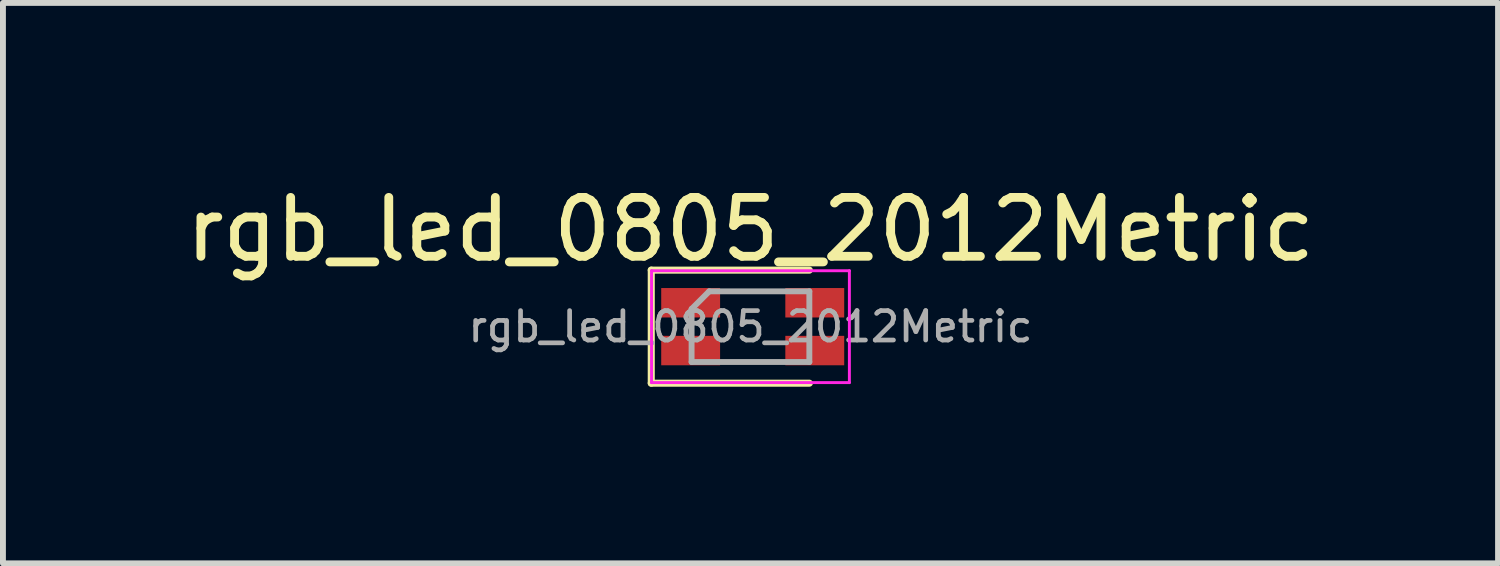
<source format=kicad_pcb>
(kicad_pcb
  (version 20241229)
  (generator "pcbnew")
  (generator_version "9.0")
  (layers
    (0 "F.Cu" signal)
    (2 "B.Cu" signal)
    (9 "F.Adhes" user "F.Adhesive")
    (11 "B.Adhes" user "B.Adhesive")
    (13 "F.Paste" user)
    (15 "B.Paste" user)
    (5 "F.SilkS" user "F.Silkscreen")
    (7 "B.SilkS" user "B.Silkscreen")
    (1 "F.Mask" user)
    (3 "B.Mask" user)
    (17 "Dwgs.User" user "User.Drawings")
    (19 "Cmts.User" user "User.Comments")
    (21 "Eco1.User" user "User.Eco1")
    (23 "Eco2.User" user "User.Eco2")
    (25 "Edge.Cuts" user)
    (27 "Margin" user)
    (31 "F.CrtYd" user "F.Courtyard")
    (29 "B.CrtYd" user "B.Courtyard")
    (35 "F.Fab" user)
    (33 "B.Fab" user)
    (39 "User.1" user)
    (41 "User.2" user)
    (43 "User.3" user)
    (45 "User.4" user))
  (footprint "rgb_led_0805_2012Metric"
    (layer "F.Cu")
    (at 9.696 2.498)
    (property "Reference" "rgb_led_0805_2012Metric" (at 0 -1.65 0) (layer "F.SilkS") (effects (font (size 1 1) (thickness 0.15))))
    (attr smd)
    (fp_line (start -1.685 -0.96) (end -1.685 0.96) (stroke (width 0.12) (type solid)) (layer "F.SilkS"))
    (fp_line (start -1.685 0.96) (end 1 0.96) (stroke (width 0.12) (type solid)) (layer "F.SilkS"))
    (fp_line (start 1 -0.96) (end -1.685 -0.96) (stroke (width 0.12) (type solid)) (layer "F.SilkS"))
    (fp_line (start -1.68 -0.95) (end 1.68 -0.95) (stroke (width 0.05) (type solid)) (layer "F.CrtYd"))
    (fp_line (start -1.68 0.95) (end -1.68 -0.95) (stroke (width 0.05) (type solid)) (layer "F.CrtYd"))
    (fp_line (start 1.68 -0.95) (end 1.68 0.95) (stroke (width 0.05) (type solid)) (layer "F.CrtYd"))
    (fp_line (start 1.68 0.95) (end -1.68 0.95) (stroke (width 0.05) (type solid)) (layer "F.CrtYd"))
    (fp_line (start -1 -0.3) (end -1 0.6) (stroke (width 0.1) (type solid)) (layer "F.Fab"))
    (fp_line (start -1 0.6) (end 1 0.6) (stroke (width 0.1) (type solid)) (layer "F.Fab"))
    (fp_line (start -0.7 -0.6) (end -1 -0.3) (stroke (width 0.1) (type solid)) (layer "F.Fab"))
    (fp_line (start 1 -0.6) (end -0.7 -0.6) (stroke (width 0.1) (type solid)) (layer "F.Fab"))
    (fp_line (start 1 0.6) (end 1 -0.6) (stroke (width 0.1) (type solid)) (layer "F.Fab"))
    (fp_text user "${REFERENCE}" (at 0 0 0) (layer "F.Fab") (effects (font (size 0.5 0.5) (thickness 0.08))))
    (pad "1" smd rect (at -1.016 -0.406) (size 1 0.5) (layers "F.Cu" "F.Mask" "F.Paste"))
    (pad "2" smd rect (at 1.092 -0.406) (size 1 0.5) (layers "F.Cu" "F.Mask" "F.Paste"))
    (pad "3" smd rect (at -1.016 0.406) (size 1 0.5) (layers "F.Cu" "F.Mask" "F.Paste"))
    (pad "4" smd rect (at 1.092 0.406) (size 1 0.5) (layers "F.Cu" "F.Mask" "F.Paste")))
  (gr_rect
    (start -3 -3)
    (end 22.393 6.518)
    (stroke (width 0.1) (type default))
    (fill no)
    (layer "Edge.Cuts")))
</source>
